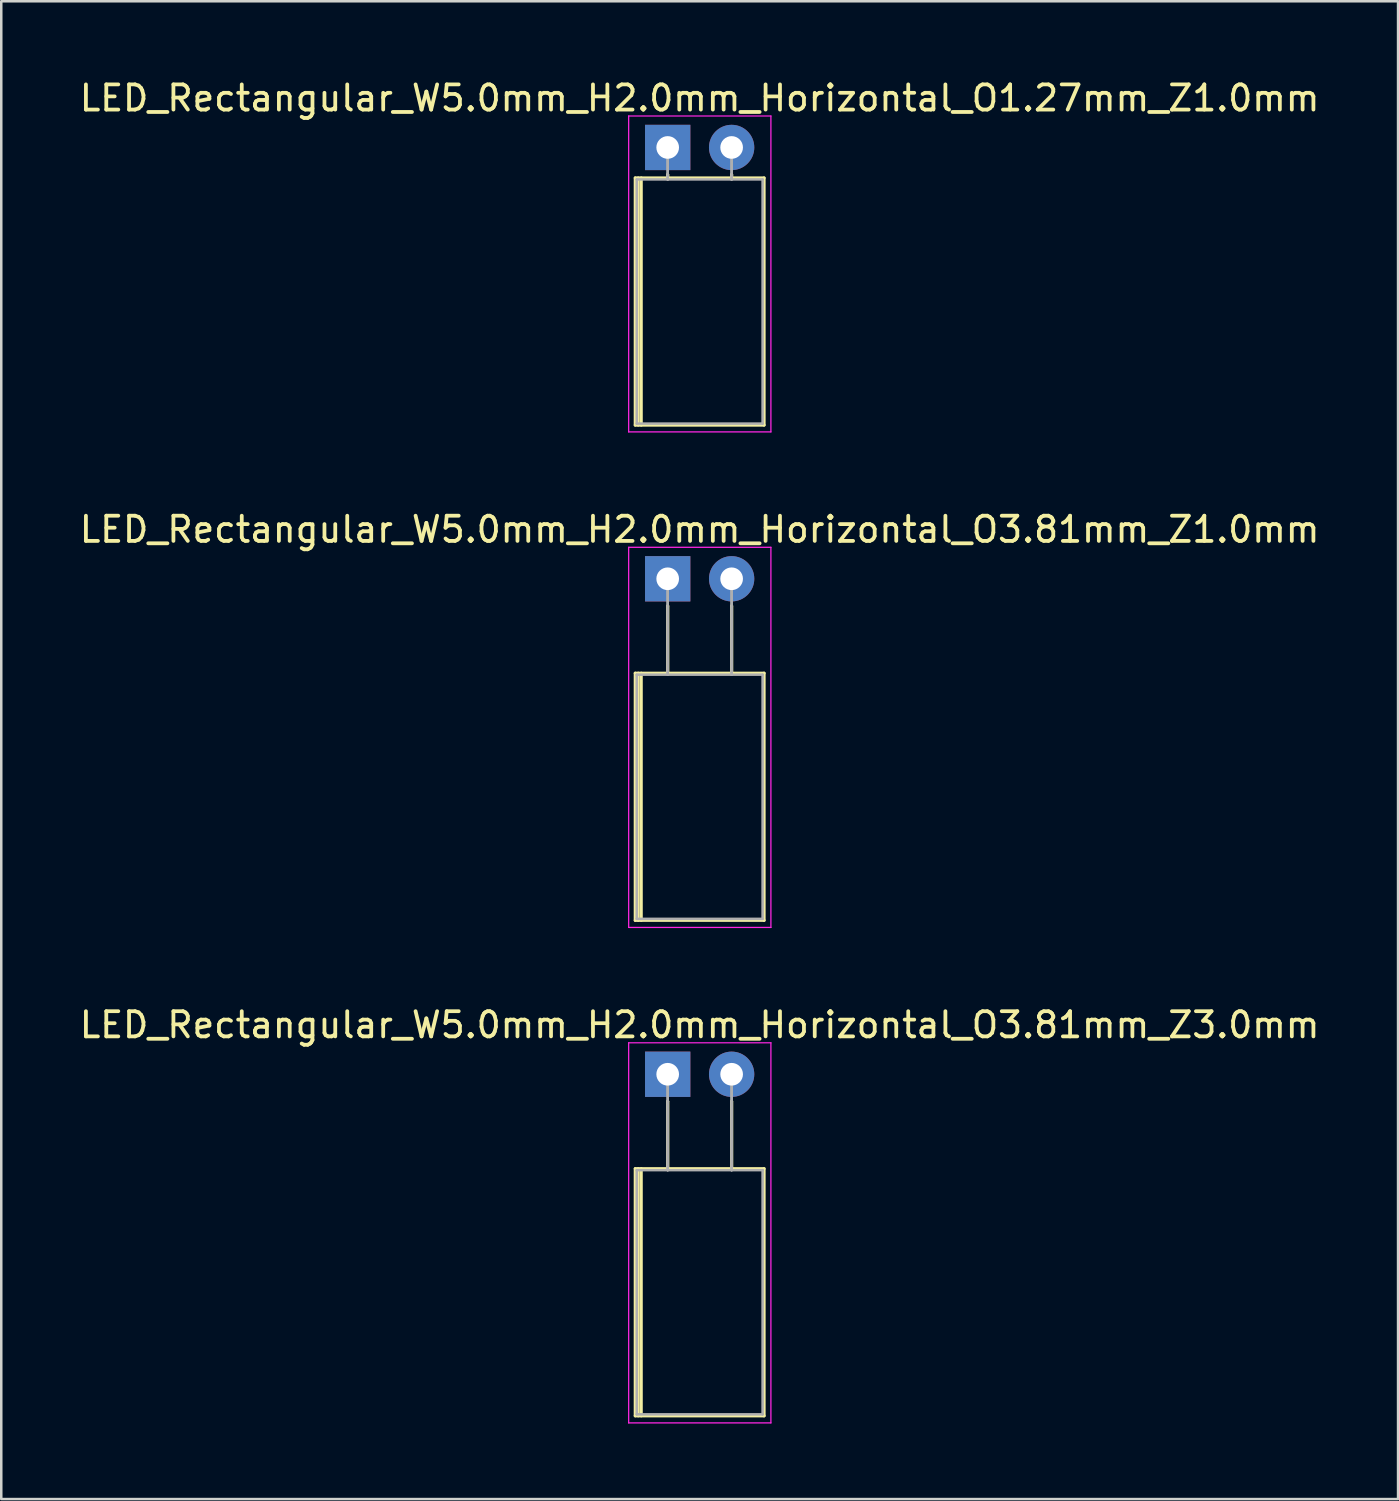
<source format=kicad_pcb>
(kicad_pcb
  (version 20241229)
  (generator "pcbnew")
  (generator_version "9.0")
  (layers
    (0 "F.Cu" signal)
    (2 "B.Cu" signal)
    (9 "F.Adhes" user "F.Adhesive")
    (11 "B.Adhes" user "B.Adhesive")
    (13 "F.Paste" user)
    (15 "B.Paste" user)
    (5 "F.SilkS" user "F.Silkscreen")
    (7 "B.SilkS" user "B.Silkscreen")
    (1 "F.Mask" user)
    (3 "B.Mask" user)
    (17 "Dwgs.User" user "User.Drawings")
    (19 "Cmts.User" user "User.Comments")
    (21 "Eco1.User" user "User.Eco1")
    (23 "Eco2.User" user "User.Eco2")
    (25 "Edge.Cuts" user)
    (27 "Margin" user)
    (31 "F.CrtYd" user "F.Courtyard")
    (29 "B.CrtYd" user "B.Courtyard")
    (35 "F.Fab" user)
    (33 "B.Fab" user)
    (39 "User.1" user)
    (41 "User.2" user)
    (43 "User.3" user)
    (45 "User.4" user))
  (footprint "LED_Rectangular_W5.0mm_H2.0mm_Horizontal_O3.81mm_Z1.0mm"
    (layer "F.Cu")
    (at 23.474 19.942)
    (property "Reference" "LED_Rectangular_W5.0mm_H2.0mm_Horizontal_O3.81mm_Z1.0mm" (at 1.27 -1.96 0) (layer "F.SilkS") (effects (font (size 1 1) (thickness 0.15))))
    (attr through_hole)
    (fp_line (start -1.29 3.75) (end -1.29 13.57) (stroke (width 0.12) (type solid)) (layer "F.SilkS"))
    (fp_line (start -1.29 13.57) (end 3.83 13.57) (stroke (width 0.12) (type solid)) (layer "F.SilkS"))
    (fp_line (start -1.17 3.75) (end -1.17 13.57) (stroke (width 0.12) (type solid)) (layer "F.SilkS"))
    (fp_line (start -1.05 3.75) (end -1.05 13.57) (stroke (width 0.12) (type solid)) (layer "F.SilkS"))
    (fp_line (start 0 1.08) (end 0 1.08) (stroke (width 0.12) (type solid)) (layer "F.SilkS"))
    (fp_line (start 0 1.08) (end 0 3.75) (stroke (width 0.12) (type solid)) (layer "F.SilkS"))
    (fp_line (start 0 3.75) (end 0 1.08) (stroke (width 0.12) (type solid)) (layer "F.SilkS"))
    (fp_line (start 0 3.75) (end 0 3.75) (stroke (width 0.12) (type solid)) (layer "F.SilkS"))
    (fp_line (start 2.54 1.08) (end 2.54 1.08) (stroke (width 0.12) (type solid)) (layer "F.SilkS"))
    (fp_line (start 2.54 1.08) (end 2.54 3.75) (stroke (width 0.12) (type solid)) (layer "F.SilkS"))
    (fp_line (start 2.54 3.75) (end 2.54 1.08) (stroke (width 0.12) (type solid)) (layer "F.SilkS"))
    (fp_line (start 2.54 3.75) (end 2.54 3.75) (stroke (width 0.12) (type solid)) (layer "F.SilkS"))
    (fp_line (start 3.83 3.75) (end -1.29 3.75) (stroke (width 0.12) (type solid)) (layer "F.SilkS"))
    (fp_line (start 3.83 13.57) (end 3.83 3.75) (stroke (width 0.12) (type solid)) (layer "F.SilkS"))
    (fp_line (start -1.55 -1.25) (end -1.55 13.85) (stroke (width 0.05) (type solid)) (layer "F.CrtYd"))
    (fp_line (start -1.55 13.85) (end 4.1 13.85) (stroke (width 0.05) (type solid)) (layer "F.CrtYd"))
    (fp_line (start 4.1 -1.25) (end -1.55 -1.25) (stroke (width 0.05) (type solid)) (layer "F.CrtYd"))
    (fp_line (start 4.1 13.85) (end 4.1 -1.25) (stroke (width 0.05) (type solid)) (layer "F.CrtYd"))
    (fp_line (start -1.23 3.81) (end -1.23 13.51) (stroke (width 0.1) (type solid)) (layer "F.Fab"))
    (fp_line (start -1.23 13.51) (end 3.77 13.51) (stroke (width 0.1) (type solid)) (layer "F.Fab"))
    (fp_line (start 0 0) (end 0 0) (stroke (width 0.1) (type solid)) (layer "F.Fab"))
    (fp_line (start 0 0) (end 0 3.81) (stroke (width 0.1) (type solid)) (layer "F.Fab"))
    (fp_line (start 0 3.81) (end 0 0) (stroke (width 0.1) (type solid)) (layer "F.Fab"))
    (fp_line (start 0 3.81) (end 0 3.81) (stroke (width 0.1) (type solid)) (layer "F.Fab"))
    (fp_line (start 2.54 0) (end 2.54 0) (stroke (width 0.1) (type solid)) (layer "F.Fab"))
    (fp_line (start 2.54 0) (end 2.54 3.81) (stroke (width 0.1) (type solid)) (layer "F.Fab"))
    (fp_line (start 2.54 3.81) (end 2.54 0) (stroke (width 0.1) (type solid)) (layer "F.Fab"))
    (fp_line (start 2.54 3.81) (end 2.54 3.81) (stroke (width 0.1) (type solid)) (layer "F.Fab"))
    (fp_line (start 3.77 3.81) (end -1.23 3.81) (stroke (width 0.1) (type solid)) (layer "F.Fab"))
    (fp_line (start 3.77 13.51) (end 3.77 3.81) (stroke (width 0.1) (type solid)) (layer "F.Fab"))
    (pad "1" thru_hole rect (at 0 0) (size 1.8 1.8) (drill 0.9) (layers "*.Cu" "*.Mask"))
    (pad "2" thru_hole circle (at 2.54 0) (size 1.8 1.8) (drill 0.9) (layers "*.Cu" "*.Mask")))
  (footprint "LED_Rectangular_W5.0mm_H2.0mm_Horizontal_O1.27mm_Z1.0mm"
    (layer "F.Cu")
    (at 23.474 2.808)
    (property "Reference" "LED_Rectangular_W5.0mm_H2.0mm_Horizontal_O1.27mm_Z1.0mm" (at 1.27 -1.96 0) (layer "F.SilkS") (effects (font (size 1 1) (thickness 0.15))))
    (attr through_hole)
    (fp_line (start -1.29 1.21) (end -1.29 11.03) (stroke (width 0.12) (type solid)) (layer "F.SilkS"))
    (fp_line (start -1.29 11.03) (end 3.83 11.03) (stroke (width 0.12) (type solid)) (layer "F.SilkS"))
    (fp_line (start -1.17 1.21) (end -1.17 11.03) (stroke (width 0.12) (type solid)) (layer "F.SilkS"))
    (fp_line (start -1.05 1.21) (end -1.05 11.03) (stroke (width 0.12) (type solid)) (layer "F.SilkS"))
    (fp_line (start 0 1.08) (end 0 1.08) (stroke (width 0.12) (type solid)) (layer "F.SilkS"))
    (fp_line (start 0 1.08) (end 0 1.21) (stroke (width 0.12) (type solid)) (layer "F.SilkS"))
    (fp_line (start 0 1.21) (end 0 1.08) (stroke (width 0.12) (type solid)) (layer "F.SilkS"))
    (fp_line (start 0 1.21) (end 0 1.21) (stroke (width 0.12) (type solid)) (layer "F.SilkS"))
    (fp_line (start 2.54 1.08) (end 2.54 1.08) (stroke (width 0.12) (type solid)) (layer "F.SilkS"))
    (fp_line (start 2.54 1.08) (end 2.54 1.21) (stroke (width 0.12) (type solid)) (layer "F.SilkS"))
    (fp_line (start 2.54 1.21) (end 2.54 1.08) (stroke (width 0.12) (type solid)) (layer "F.SilkS"))
    (fp_line (start 2.54 1.21) (end 2.54 1.21) (stroke (width 0.12) (type solid)) (layer "F.SilkS"))
    (fp_line (start 3.83 1.21) (end -1.29 1.21) (stroke (width 0.12) (type solid)) (layer "F.SilkS"))
    (fp_line (start 3.83 11.03) (end 3.83 1.21) (stroke (width 0.12) (type solid)) (layer "F.SilkS"))
    (fp_line (start -1.55 -1.25) (end -1.55 11.3) (stroke (width 0.05) (type solid)) (layer "F.CrtYd"))
    (fp_line (start -1.55 11.3) (end 4.1 11.3) (stroke (width 0.05) (type solid)) (layer "F.CrtYd"))
    (fp_line (start 4.1 -1.25) (end -1.55 -1.25) (stroke (width 0.05) (type solid)) (layer "F.CrtYd"))
    (fp_line (start 4.1 11.3) (end 4.1 -1.25) (stroke (width 0.05) (type solid)) (layer "F.CrtYd"))
    (fp_line (start -1.23 1.27) (end -1.23 10.97) (stroke (width 0.1) (type solid)) (layer "F.Fab"))
    (fp_line (start -1.23 10.97) (end 3.77 10.97) (stroke (width 0.1) (type solid)) (layer "F.Fab"))
    (fp_line (start 0 0) (end 0 0) (stroke (width 0.1) (type solid)) (layer "F.Fab"))
    (fp_line (start 0 0) (end 0 1.27) (stroke (width 0.1) (type solid)) (layer "F.Fab"))
    (fp_line (start 0 1.27) (end 0 0) (stroke (width 0.1) (type solid)) (layer "F.Fab"))
    (fp_line (start 0 1.27) (end 0 1.27) (stroke (width 0.1) (type solid)) (layer "F.Fab"))
    (fp_line (start 2.54 0) (end 2.54 0) (stroke (width 0.1) (type solid)) (layer "F.Fab"))
    (fp_line (start 2.54 0) (end 2.54 1.27) (stroke (width 0.1) (type solid)) (layer "F.Fab"))
    (fp_line (start 2.54 1.27) (end 2.54 0) (stroke (width 0.1) (type solid)) (layer "F.Fab"))
    (fp_line (start 2.54 1.27) (end 2.54 1.27) (stroke (width 0.1) (type solid)) (layer "F.Fab"))
    (fp_line (start 3.77 1.27) (end -1.23 1.27) (stroke (width 0.1) (type solid)) (layer "F.Fab"))
    (fp_line (start 3.77 10.97) (end 3.77 1.27) (stroke (width 0.1) (type solid)) (layer "F.Fab"))
    (pad "1" thru_hole rect (at 0 0) (size 1.8 1.8) (drill 0.9) (layers "*.Cu" "*.Mask"))
    (pad "2" thru_hole circle (at 2.54 0) (size 1.8 1.8) (drill 0.9) (layers "*.Cu" "*.Mask")))
  (footprint "LED_Rectangular_W5.0mm_H2.0mm_Horizontal_O3.81mm_Z3.0mm"
    (layer "F.Cu")
    (at 23.474 39.625)
    (property "Reference" "LED_Rectangular_W5.0mm_H2.0mm_Horizontal_O3.81mm_Z3.0mm" (at 1.27 -1.96 0) (layer "F.SilkS") (effects (font (size 1 1) (thickness 0.15))))
    (attr through_hole)
    (fp_line (start -1.29 3.75) (end -1.29 13.57) (stroke (width 0.12) (type solid)) (layer "F.SilkS"))
    (fp_line (start -1.29 13.57) (end 3.83 13.57) (stroke (width 0.12) (type solid)) (layer "F.SilkS"))
    (fp_line (start -1.17 3.75) (end -1.17 13.57) (stroke (width 0.12) (type solid)) (layer "F.SilkS"))
    (fp_line (start -1.05 3.75) (end -1.05 13.57) (stroke (width 0.12) (type solid)) (layer "F.SilkS"))
    (fp_line (start 0 1.08) (end 0 1.08) (stroke (width 0.12) (type solid)) (layer "F.SilkS"))
    (fp_line (start 0 1.08) (end 0 3.75) (stroke (width 0.12) (type solid)) (layer "F.SilkS"))
    (fp_line (start 0 3.75) (end 0 1.08) (stroke (width 0.12) (type solid)) (layer "F.SilkS"))
    (fp_line (start 0 3.75) (end 0 3.75) (stroke (width 0.12) (type solid)) (layer "F.SilkS"))
    (fp_line (start 2.54 1.08) (end 2.54 1.08) (stroke (width 0.12) (type solid)) (layer "F.SilkS"))
    (fp_line (start 2.54 1.08) (end 2.54 3.75) (stroke (width 0.12) (type solid)) (layer "F.SilkS"))
    (fp_line (start 2.54 3.75) (end 2.54 1.08) (stroke (width 0.12) (type solid)) (layer "F.SilkS"))
    (fp_line (start 2.54 3.75) (end 2.54 3.75) (stroke (width 0.12) (type solid)) (layer "F.SilkS"))
    (fp_line (start 3.83 3.75) (end -1.29 3.75) (stroke (width 0.12) (type solid)) (layer "F.SilkS"))
    (fp_line (start 3.83 13.57) (end 3.83 3.75) (stroke (width 0.12) (type solid)) (layer "F.SilkS"))
    (fp_line (start -1.55 -1.25) (end -1.55 13.85) (stroke (width 0.05) (type solid)) (layer "F.CrtYd"))
    (fp_line (start -1.55 13.85) (end 4.1 13.85) (stroke (width 0.05) (type solid)) (layer "F.CrtYd"))
    (fp_line (start 4.1 -1.25) (end -1.55 -1.25) (stroke (width 0.05) (type solid)) (layer "F.CrtYd"))
    (fp_line (start 4.1 13.85) (end 4.1 -1.25) (stroke (width 0.05) (type solid)) (layer "F.CrtYd"))
    (fp_line (start -1.23 3.81) (end -1.23 13.51) (stroke (width 0.1) (type solid)) (layer "F.Fab"))
    (fp_line (start -1.23 13.51) (end 3.77 13.51) (stroke (width 0.1) (type solid)) (layer "F.Fab"))
    (fp_line (start 0 0) (end 0 0) (stroke (width 0.1) (type solid)) (layer "F.Fab"))
    (fp_line (start 0 0) (end 0 3.81) (stroke (width 0.1) (type solid)) (layer "F.Fab"))
    (fp_line (start 0 3.81) (end 0 0) (stroke (width 0.1) (type solid)) (layer "F.Fab"))
    (fp_line (start 0 3.81) (end 0 3.81) (stroke (width 0.1) (type solid)) (layer "F.Fab"))
    (fp_line (start 2.54 0) (end 2.54 0) (stroke (width 0.1) (type solid)) (layer "F.Fab"))
    (fp_line (start 2.54 0) (end 2.54 3.81) (stroke (width 0.1) (type solid)) (layer "F.Fab"))
    (fp_line (start 2.54 3.81) (end 2.54 0) (stroke (width 0.1) (type solid)) (layer "F.Fab"))
    (fp_line (start 2.54 3.81) (end 2.54 3.81) (stroke (width 0.1) (type solid)) (layer "F.Fab"))
    (fp_line (start 3.77 3.81) (end -1.23 3.81) (stroke (width 0.1) (type solid)) (layer "F.Fab"))
    (fp_line (start 3.77 13.51) (end 3.77 3.81) (stroke (width 0.1) (type solid)) (layer "F.Fab"))
    (pad "1" thru_hole rect (at 0 0) (size 1.8 1.8) (drill 0.9) (layers "*.Cu" "*.Mask"))
    (pad "2" thru_hole circle (at 2.54 0) (size 1.8 1.8) (drill 0.9) (layers "*.Cu" "*.Mask")))
  (gr_rect
    (start -3 -3)
    (end 52.488 56.5)
    (stroke (width 0.1) (type default))
    (fill no)
    (layer "Edge.Cuts")))
</source>
